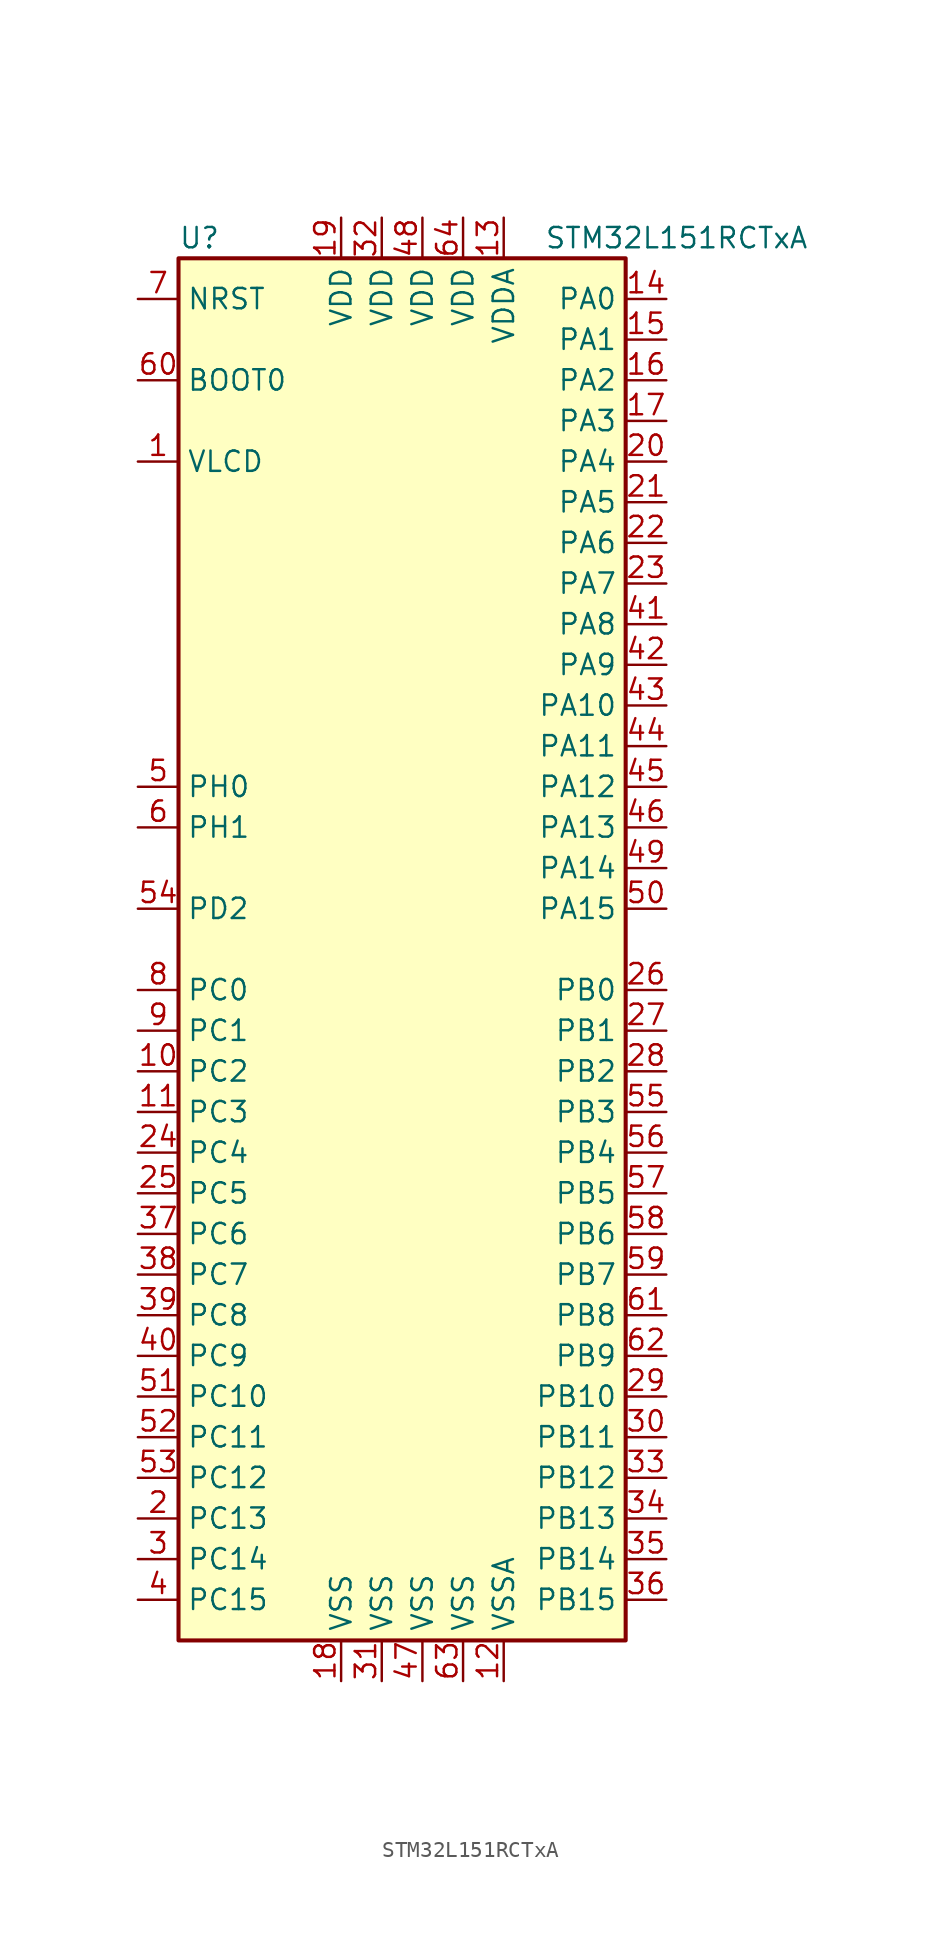
<source format=kicad_sym>
(kicad_symbol_lib
  (version 20201005)
  (generator kicad_symbol_editor)
  (symbol "STM32L151RCTxA"
    (property "Reference" "U"
      (at -15.24 44.45 0)
      (effects (font (size 1.27 1.27)) (justify left)))
    (property "Value" "STM32L151RCTxA"
      (at 7.62 44.45 0)
      (effects (font (size 1.27 1.27)) (justify left)))
    (symbol "STM32L151RCTxA_0_1"
      (rectangle (start -15.24 -43.18) (end 12.7 43.18) (stroke (width 0.254)) (fill (type background))))
    (symbol "STM32L151RCTxA_1_1"
      (pin input line (at -17.78 35.56 0) (length 2.54) (name "BOOT0" (effects (font (size 1.27 1.27)))) (number "60" (effects (font (size 1.27 1.27)))))
      (pin input line (at -17.78 40.64 0) (length 2.54) (name "NRST" (effects (font (size 1.27 1.27)))) (number "7" (effects (font (size 1.27 1.27)))))
      (pin bidirectional line (at 15.24 40.64 180) (length 2.54) (name "PA0" (effects (font (size 1.27 1.27)))) (number "14" (effects (font (size 1.27 1.27)))))
      (pin bidirectional line (at 15.24 38.1 180) (length 2.54) (name "PA1" (effects (font (size 1.27 1.27)))) (number "15" (effects (font (size 1.27 1.27)))))
      (pin bidirectional line (at 15.24 15.24 180) (length 2.54) (name "PA10" (effects (font (size 1.27 1.27)))) (number "43" (effects (font (size 1.27 1.27)))))
      (pin bidirectional line (at 15.24 12.7 180) (length 2.54) (name "PA11" (effects (font (size 1.27 1.27)))) (number "44" (effects (font (size 1.27 1.27)))))
      (pin bidirectional line (at 15.24 10.16 180) (length 2.54) (name "PA12" (effects (font (size 1.27 1.27)))) (number "45" (effects (font (size 1.27 1.27)))))
      (pin bidirectional line (at 15.24 7.62 180) (length 2.54) (name "PA13" (effects (font (size 1.27 1.27)))) (number "46" (effects (font (size 1.27 1.27)))))
      (pin bidirectional line (at 15.24 5.08 180) (length 2.54) (name "PA14" (effects (font (size 1.27 1.27)))) (number "49" (effects (font (size 1.27 1.27)))))
      (pin bidirectional line (at 15.24 2.54 180) (length 2.54) (name "PA15" (effects (font (size 1.27 1.27)))) (number "50" (effects (font (size 1.27 1.27)))))
      (pin bidirectional line (at 15.24 35.56 180) (length 2.54) (name "PA2" (effects (font (size 1.27 1.27)))) (number "16" (effects (font (size 1.27 1.27)))))
      (pin bidirectional line (at 15.24 33.02 180) (length 2.54) (name "PA3" (effects (font (size 1.27 1.27)))) (number "17" (effects (font (size 1.27 1.27)))))
      (pin bidirectional line (at 15.24 30.48 180) (length 2.54) (name "PA4" (effects (font (size 1.27 1.27)))) (number "20" (effects (font (size 1.27 1.27)))))
      (pin bidirectional line (at 15.24 27.94 180) (length 2.54) (name "PA5" (effects (font (size 1.27 1.27)))) (number "21" (effects (font (size 1.27 1.27)))))
      (pin bidirectional line (at 15.24 25.4 180) (length 2.54) (name "PA6" (effects (font (size 1.27 1.27)))) (number "22" (effects (font (size 1.27 1.27)))))
      (pin bidirectional line (at 15.24 22.86 180) (length 2.54) (name "PA7" (effects (font (size 1.27 1.27)))) (number "23" (effects (font (size 1.27 1.27)))))
      (pin bidirectional line (at 15.24 20.32 180) (length 2.54) (name "PA8" (effects (font (size 1.27 1.27)))) (number "41" (effects (font (size 1.27 1.27)))))
      (pin bidirectional line (at 15.24 17.78 180) (length 2.54) (name "PA9" (effects (font (size 1.27 1.27)))) (number "42" (effects (font (size 1.27 1.27)))))
      (pin bidirectional line (at 15.24 -2.54 180) (length 2.54) (name "PB0" (effects (font (size 1.27 1.27)))) (number "26" (effects (font (size 1.27 1.27)))))
      (pin bidirectional line (at 15.24 -5.08 180) (length 2.54) (name "PB1" (effects (font (size 1.27 1.27)))) (number "27" (effects (font (size 1.27 1.27)))))
      (pin bidirectional line (at 15.24 -27.94 180) (length 2.54) (name "PB10" (effects (font (size 1.27 1.27)))) (number "29" (effects (font (size 1.27 1.27)))))
      (pin bidirectional line (at 15.24 -30.48 180) (length 2.54) (name "PB11" (effects (font (size 1.27 1.27)))) (number "30" (effects (font (size 1.27 1.27)))))
      (pin bidirectional line (at 15.24 -33.02 180) (length 2.54) (name "PB12" (effects (font (size 1.27 1.27)))) (number "33" (effects (font (size 1.27 1.27)))))
      (pin bidirectional line (at 15.24 -35.56 180) (length 2.54) (name "PB13" (effects (font (size 1.27 1.27)))) (number "34" (effects (font (size 1.27 1.27)))))
      (pin bidirectional line (at 15.24 -38.1 180) (length 2.54) (name "PB14" (effects (font (size 1.27 1.27)))) (number "35" (effects (font (size 1.27 1.27)))))
      (pin bidirectional line (at 15.24 -40.64 180) (length 2.54) (name "PB15" (effects (font (size 1.27 1.27)))) (number "36" (effects (font (size 1.27 1.27)))))
      (pin bidirectional line (at 15.24 -7.62 180) (length 2.54) (name "PB2" (effects (font (size 1.27 1.27)))) (number "28" (effects (font (size 1.27 1.27)))))
      (pin bidirectional line (at 15.24 -10.16 180) (length 2.54) (name "PB3" (effects (font (size 1.27 1.27)))) (number "55" (effects (font (size 1.27 1.27)))))
      (pin bidirectional line (at 15.24 -12.7 180) (length 2.54) (name "PB4" (effects (font (size 1.27 1.27)))) (number "56" (effects (font (size 1.27 1.27)))))
      (pin bidirectional line (at 15.24 -15.24 180) (length 2.54) (name "PB5" (effects (font (size 1.27 1.27)))) (number "57" (effects (font (size 1.27 1.27)))))
      (pin bidirectional line (at 15.24 -17.78 180) (length 2.54) (name "PB6" (effects (font (size 1.27 1.27)))) (number "58" (effects (font (size 1.27 1.27)))))
      (pin bidirectional line (at 15.24 -20.32 180) (length 2.54) (name "PB7" (effects (font (size 1.27 1.27)))) (number "59" (effects (font (size 1.27 1.27)))))
      (pin bidirectional line (at 15.24 -22.86 180) (length 2.54) (name "PB8" (effects (font (size 1.27 1.27)))) (number "61" (effects (font (size 1.27 1.27)))))
      (pin bidirectional line (at 15.24 -25.4 180) (length 2.54) (name "PB9" (effects (font (size 1.27 1.27)))) (number "62" (effects (font (size 1.27 1.27)))))
      (pin bidirectional line (at -17.78 -2.54 0) (length 2.54) (name "PC0" (effects (font (size 1.27 1.27)))) (number "8" (effects (font (size 1.27 1.27)))))
      (pin bidirectional line (at -17.78 -5.08 0) (length 2.54) (name "PC1" (effects (font (size 1.27 1.27)))) (number "9" (effects (font (size 1.27 1.27)))))
      (pin bidirectional line (at -17.78 -27.94 0) (length 2.54) (name "PC10" (effects (font (size 1.27 1.27)))) (number "51" (effects (font (size 1.27 1.27)))))
      (pin bidirectional line (at -17.78 -30.48 0) (length 2.54) (name "PC11" (effects (font (size 1.27 1.27)))) (number "52" (effects (font (size 1.27 1.27)))))
      (pin bidirectional line (at -17.78 -33.02 0) (length 2.54) (name "PC12" (effects (font (size 1.27 1.27)))) (number "53" (effects (font (size 1.27 1.27)))))
      (pin bidirectional line (at -17.78 -35.56 0) (length 2.54) (name "PC13" (effects (font (size 1.27 1.27)))) (number "2" (effects (font (size 1.27 1.27)))))
      (pin bidirectional line (at -17.78 -38.1 0) (length 2.54) (name "PC14" (effects (font (size 1.27 1.27)))) (number "3" (effects (font (size 1.27 1.27)))))
      (pin bidirectional line (at -17.78 -40.64 0) (length 2.54) (name "PC15" (effects (font (size 1.27 1.27)))) (number "4" (effects (font (size 1.27 1.27)))))
      (pin bidirectional line (at -17.78 -7.62 0) (length 2.54) (name "PC2" (effects (font (size 1.27 1.27)))) (number "10" (effects (font (size 1.27 1.27)))))
      (pin bidirectional line (at -17.78 -10.16 0) (length 2.54) (name "PC3" (effects (font (size 1.27 1.27)))) (number "11" (effects (font (size 1.27 1.27)))))
      (pin bidirectional line (at -17.78 -12.7 0) (length 2.54) (name "PC4" (effects (font (size 1.27 1.27)))) (number "24" (effects (font (size 1.27 1.27)))))
      (pin bidirectional line (at -17.78 -15.24 0) (length 2.54) (name "PC5" (effects (font (size 1.27 1.27)))) (number "25" (effects (font (size 1.27 1.27)))))
      (pin bidirectional line (at -17.78 -17.78 0) (length 2.54) (name "PC6" (effects (font (size 1.27 1.27)))) (number "37" (effects (font (size 1.27 1.27)))))
      (pin bidirectional line (at -17.78 -20.32 0) (length 2.54) (name "PC7" (effects (font (size 1.27 1.27)))) (number "38" (effects (font (size 1.27 1.27)))))
      (pin bidirectional line (at -17.78 -22.86 0) (length 2.54) (name "PC8" (effects (font (size 1.27 1.27)))) (number "39" (effects (font (size 1.27 1.27)))))
      (pin bidirectional line (at -17.78 -25.4 0) (length 2.54) (name "PC9" (effects (font (size 1.27 1.27)))) (number "40" (effects (font (size 1.27 1.27)))))
      (pin bidirectional line (at -17.78 2.54 0) (length 2.54) (name "PD2" (effects (font (size 1.27 1.27)))) (number "54" (effects (font (size 1.27 1.27)))))
      (pin input line (at -17.78 10.16 0) (length 2.54) (name "PH0" (effects (font (size 1.27 1.27)))) (number "5" (effects (font (size 1.27 1.27)))))
      (pin input line (at -17.78 7.62 0) (length 2.54) (name "PH1" (effects (font (size 1.27 1.27)))) (number "6" (effects (font (size 1.27 1.27)))))
      (pin power_in line (at -5.08 45.72 270) (length 2.54) (name "VDD" (effects (font (size 1.27 1.27)))) (number "19" (effects (font (size 1.27 1.27)))))
      (pin power_in line (at -2.54 45.72 270) (length 2.54) (name "VDD" (effects (font (size 1.27 1.27)))) (number "32" (effects (font (size 1.27 1.27)))))
      (pin power_in line (at 0 45.72 270) (length 2.54) (name "VDD" (effects (font (size 1.27 1.27)))) (number "48" (effects (font (size 1.27 1.27)))))
      (pin power_in line (at 2.54 45.72 270) (length 2.54) (name "VDD" (effects (font (size 1.27 1.27)))) (number "64" (effects (font (size 1.27 1.27)))))
      (pin power_in line (at 5.08 45.72 270) (length 2.54) (name "VDDA" (effects (font (size 1.27 1.27)))) (number "13" (effects (font (size 1.27 1.27)))))
      (pin power_in line (at -17.78 30.48 0) (length 2.54) (name "VLCD" (effects (font (size 1.27 1.27)))) (number "1" (effects (font (size 1.27 1.27)))))
      (pin power_in line (at -5.08 -45.72 90) (length 2.54) (name "VSS" (effects (font (size 1.27 1.27)))) (number "18" (effects (font (size 1.27 1.27)))))
      (pin power_in line (at -2.54 -45.72 90) (length 2.54) (name "VSS" (effects (font (size 1.27 1.27)))) (number "31" (effects (font (size 1.27 1.27)))))
      (pin power_in line (at 0 -45.72 90) (length 2.54) (name "VSS" (effects (font (size 1.27 1.27)))) (number "47" (effects (font (size 1.27 1.27)))))
      (pin power_in line (at 2.54 -45.72 90) (length 2.54) (name "VSS" (effects (font (size 1.27 1.27)))) (number "63" (effects (font (size 1.27 1.27)))))
      (pin power_in line (at 5.08 -45.72 90) (length 2.54) (name "VSSA" (effects (font (size 1.27 1.27)))) (number "12" (effects (font (size 1.27 1.27))))))))
</source>
